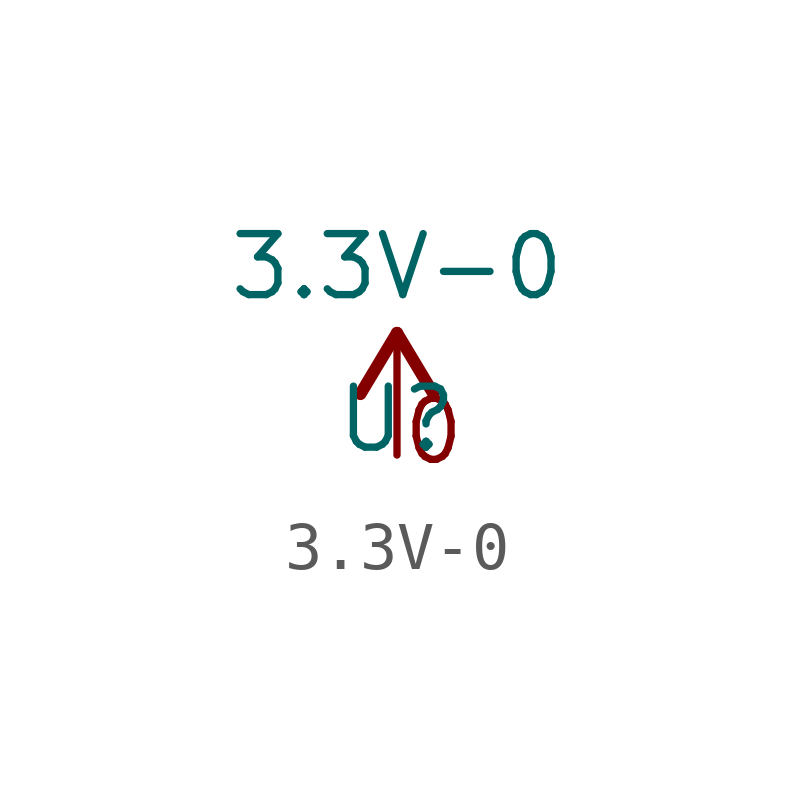
<source format=kicad_sym>
(kicad_symbol_lib
  (version 20211014)
  (generator kicad_symbol_editor)
  (symbol "3.3V-0"
    (pin_names
      (offset 1.016))
    (property "Reference" "U"
      (at 0 0 0)
      (effects (font (size 1.27 1.27)) (justify bottom)))
    (property "Value" "3.3V-0"
      (at 0.0 3.175 0)
      (effects (font (size 1.27 1.27)) (justify bottom)))
    (symbol "3.3V-0_0_0"
      (polyline (pts (xy 0.0 2.54) (xy -0.762 1.27)) (stroke (width 0.254)))
      (polyline (pts (xy 0.0 2.54) (xy 0.762 1.27)) (stroke (width 0.254)))
      (text "0" (at 0.762 -0.254 0) (effects (font (size 1.27 1.27)) (justify bottom)))
      (pin power_in line (at 0.0 0.0 90.0) (length 2.54) (name "~" (effects (font (size 1.016 1.016)))) (number "~" (effects (font (size 1.016 1.016))))))))
</source>
